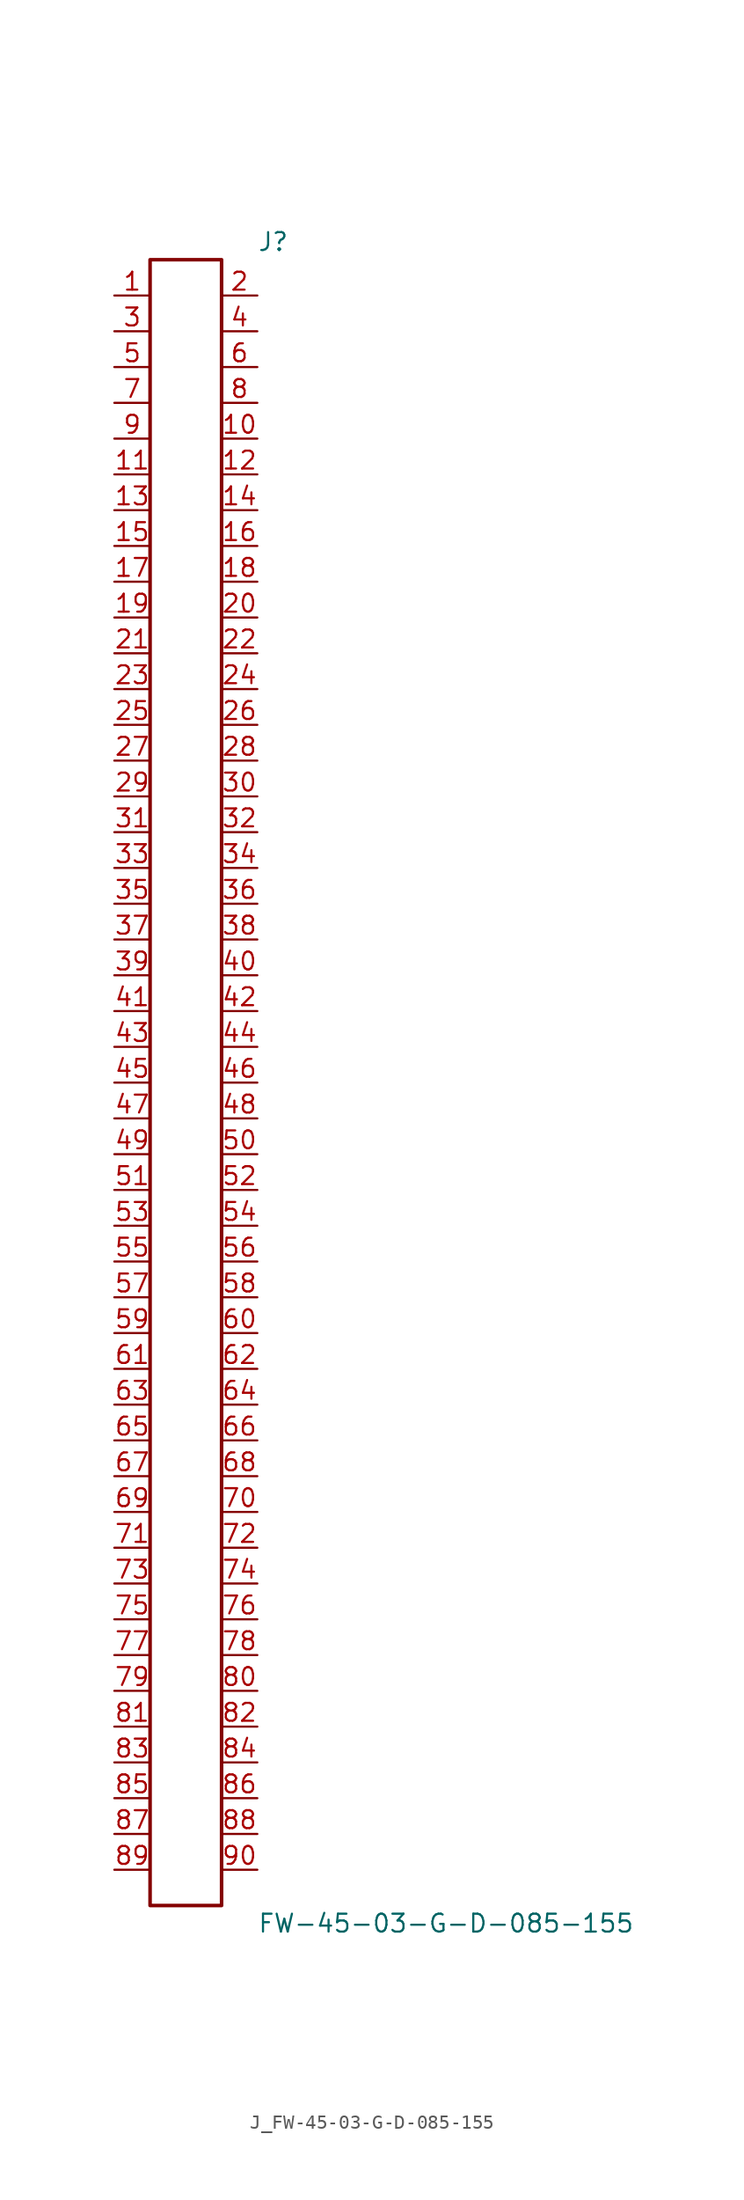
<source format=kicad_sym>
(kicad_symbol_lib
  (version 20231120)
  (generator kicad_symbol_editor)
  (generator_version 8.0)
  (symbol "J_FW-45-03-G-D-085-155"
    (pin_names
      (offset 0.254))
    (property "Reference" "J"
      (at 5.08 59.69 0)
      (effects (font (size 1.27 1.27)) (justify left)))
    (property "Value" "FW-45-03-G-D-085-155"
      (at 5.08 -59.69 0)
      (effects (font (size 1.27 1.27)) (justify left)))
    (symbol "J_FW-45-03-G-D-085-155_0_0"
      (pin unspecified line (at -5.08 55.88 0) (length 2.54) (name "" (effects (font (size 1.27 1.27)))) (number "1" (effects (font (size 1.27 1.27)))))
      (pin unspecified line (at 5.08 55.88 180) (length 2.54) (name "" (effects (font (size 1.27 1.27)))) (number "2" (effects (font (size 1.27 1.27)))))
      (pin unspecified line (at -5.08 53.34 0) (length 2.54) (name "" (effects (font (size 1.27 1.27)))) (number "3" (effects (font (size 1.27 1.27)))))
      (pin unspecified line (at 5.08 53.34 180) (length 2.54) (name "" (effects (font (size 1.27 1.27)))) (number "4" (effects (font (size 1.27 1.27)))))
      (pin unspecified line (at -5.08 50.8 0) (length 2.54) (name "" (effects (font (size 1.27 1.27)))) (number "5" (effects (font (size 1.27 1.27)))))
      (pin unspecified line (at 5.08 50.8 180) (length 2.54) (name "" (effects (font (size 1.27 1.27)))) (number "6" (effects (font (size 1.27 1.27)))))
      (pin unspecified line (at -5.08 48.26 0) (length 2.54) (name "" (effects (font (size 1.27 1.27)))) (number "7" (effects (font (size 1.27 1.27)))))
      (pin unspecified line (at 5.08 48.26 180) (length 2.54) (name "" (effects (font (size 1.27 1.27)))) (number "8" (effects (font (size 1.27 1.27)))))
      (pin unspecified line (at -5.08 45.72 0) (length 2.54) (name "" (effects (font (size 1.27 1.27)))) (number "9" (effects (font (size 1.27 1.27)))))
      (pin unspecified line (at 5.08 45.72 180) (length 2.54) (name "" (effects (font (size 1.27 1.27)))) (number "10" (effects (font (size 1.27 1.27)))))
      (pin unspecified line (at -5.08 43.18 0) (length 2.54) (name "" (effects (font (size 1.27 1.27)))) (number "11" (effects (font (size 1.27 1.27)))))
      (pin unspecified line (at 5.08 43.18 180) (length 2.54) (name "" (effects (font (size 1.27 1.27)))) (number "12" (effects (font (size 1.27 1.27)))))
      (pin unspecified line (at -5.08 40.64 0) (length 2.54) (name "" (effects (font (size 1.27 1.27)))) (number "13" (effects (font (size 1.27 1.27)))))
      (pin unspecified line (at 5.08 40.64 180) (length 2.54) (name "" (effects (font (size 1.27 1.27)))) (number "14" (effects (font (size 1.27 1.27)))))
      (pin unspecified line (at -5.08 38.1 0) (length 2.54) (name "" (effects (font (size 1.27 1.27)))) (number "15" (effects (font (size 1.27 1.27)))))
      (pin unspecified line (at 5.08 38.1 180) (length 2.54) (name "" (effects (font (size 1.27 1.27)))) (number "16" (effects (font (size 1.27 1.27)))))
      (pin unspecified line (at -5.08 35.56 0) (length 2.54) (name "" (effects (font (size 1.27 1.27)))) (number "17" (effects (font (size 1.27 1.27)))))
      (pin unspecified line (at 5.08 35.56 180) (length 2.54) (name "" (effects (font (size 1.27 1.27)))) (number "18" (effects (font (size 1.27 1.27)))))
      (pin unspecified line (at -5.08 33.02 0) (length 2.54) (name "" (effects (font (size 1.27 1.27)))) (number "19" (effects (font (size 1.27 1.27)))))
      (pin unspecified line (at 5.08 33.02 180) (length 2.54) (name "" (effects (font (size 1.27 1.27)))) (number "20" (effects (font (size 1.27 1.27)))))
      (pin unspecified line (at -5.08 30.48 0) (length 2.54) (name "" (effects (font (size 1.27 1.27)))) (number "21" (effects (font (size 1.27 1.27)))))
      (pin unspecified line (at 5.08 30.48 180) (length 2.54) (name "" (effects (font (size 1.27 1.27)))) (number "22" (effects (font (size 1.27 1.27)))))
      (pin unspecified line (at -5.08 27.94 0) (length 2.54) (name "" (effects (font (size 1.27 1.27)))) (number "23" (effects (font (size 1.27 1.27)))))
      (pin unspecified line (at 5.08 27.94 180) (length 2.54) (name "" (effects (font (size 1.27 1.27)))) (number "24" (effects (font (size 1.27 1.27)))))
      (pin unspecified line (at -5.08 25.4 0) (length 2.54) (name "" (effects (font (size 1.27 1.27)))) (number "25" (effects (font (size 1.27 1.27)))))
      (pin unspecified line (at 5.08 25.4 180) (length 2.54) (name "" (effects (font (size 1.27 1.27)))) (number "26" (effects (font (size 1.27 1.27)))))
      (pin unspecified line (at -5.08 22.86 0) (length 2.54) (name "" (effects (font (size 1.27 1.27)))) (number "27" (effects (font (size 1.27 1.27)))))
      (pin unspecified line (at 5.08 22.86 180) (length 2.54) (name "" (effects (font (size 1.27 1.27)))) (number "28" (effects (font (size 1.27 1.27)))))
      (pin unspecified line (at -5.08 20.32 0) (length 2.54) (name "" (effects (font (size 1.27 1.27)))) (number "29" (effects (font (size 1.27 1.27)))))
      (pin unspecified line (at 5.08 20.32 180) (length 2.54) (name "" (effects (font (size 1.27 1.27)))) (number "30" (effects (font (size 1.27 1.27)))))
      (pin unspecified line (at -5.08 17.78 0) (length 2.54) (name "" (effects (font (size 1.27 1.27)))) (number "31" (effects (font (size 1.27 1.27)))))
      (pin unspecified line (at 5.08 17.78 180) (length 2.54) (name "" (effects (font (size 1.27 1.27)))) (number "32" (effects (font (size 1.27 1.27)))))
      (pin unspecified line (at -5.08 15.24 0) (length 2.54) (name "" (effects (font (size 1.27 1.27)))) (number "33" (effects (font (size 1.27 1.27)))))
      (pin unspecified line (at 5.08 15.24 180) (length 2.54) (name "" (effects (font (size 1.27 1.27)))) (number "34" (effects (font (size 1.27 1.27)))))
      (pin unspecified line (at -5.08 12.7 0) (length 2.54) (name "" (effects (font (size 1.27 1.27)))) (number "35" (effects (font (size 1.27 1.27)))))
      (pin unspecified line (at 5.08 12.7 180) (length 2.54) (name "" (effects (font (size 1.27 1.27)))) (number "36" (effects (font (size 1.27 1.27)))))
      (pin unspecified line (at -5.08 10.16 0) (length 2.54) (name "" (effects (font (size 1.27 1.27)))) (number "37" (effects (font (size 1.27 1.27)))))
      (pin unspecified line (at 5.08 10.16 180) (length 2.54) (name "" (effects (font (size 1.27 1.27)))) (number "38" (effects (font (size 1.27 1.27)))))
      (pin unspecified line (at -5.08 7.62 0) (length 2.54) (name "" (effects (font (size 1.27 1.27)))) (number "39" (effects (font (size 1.27 1.27)))))
      (pin unspecified line (at 5.08 7.62 180) (length 2.54) (name "" (effects (font (size 1.27 1.27)))) (number "40" (effects (font (size 1.27 1.27)))))
      (pin unspecified line (at -5.08 5.08 0) (length 2.54) (name "" (effects (font (size 1.27 1.27)))) (number "41" (effects (font (size 1.27 1.27)))))
      (pin unspecified line (at 5.08 5.08 180) (length 2.54) (name "" (effects (font (size 1.27 1.27)))) (number "42" (effects (font (size 1.27 1.27)))))
      (pin unspecified line (at -5.08 2.54 0) (length 2.54) (name "" (effects (font (size 1.27 1.27)))) (number "43" (effects (font (size 1.27 1.27)))))
      (pin unspecified line (at 5.08 2.54 180) (length 2.54) (name "" (effects (font (size 1.27 1.27)))) (number "44" (effects (font (size 1.27 1.27)))))
      (pin unspecified line (at -5.08 0.0 0) (length 2.54) (name "" (effects (font (size 1.27 1.27)))) (number "45" (effects (font (size 1.27 1.27)))))
      (pin unspecified line (at 5.08 0.0 180) (length 2.54) (name "" (effects (font (size 1.27 1.27)))) (number "46" (effects (font (size 1.27 1.27)))))
      (pin unspecified line (at -5.08 -2.54 0) (length 2.54) (name "" (effects (font (size 1.27 1.27)))) (number "47" (effects (font (size 1.27 1.27)))))
      (pin unspecified line (at 5.08 -2.54 180) (length 2.54) (name "" (effects (font (size 1.27 1.27)))) (number "48" (effects (font (size 1.27 1.27)))))
      (pin unspecified line (at -5.08 -5.08 0) (length 2.54) (name "" (effects (font (size 1.27 1.27)))) (number "49" (effects (font (size 1.27 1.27)))))
      (pin unspecified line (at 5.08 -5.08 180) (length 2.54) (name "" (effects (font (size 1.27 1.27)))) (number "50" (effects (font (size 1.27 1.27)))))
      (pin unspecified line (at -5.08 -7.62 0) (length 2.54) (name "" (effects (font (size 1.27 1.27)))) (number "51" (effects (font (size 1.27 1.27)))))
      (pin unspecified line (at 5.08 -7.62 180) (length 2.54) (name "" (effects (font (size 1.27 1.27)))) (number "52" (effects (font (size 1.27 1.27)))))
      (pin unspecified line (at -5.08 -10.16 0) (length 2.54) (name "" (effects (font (size 1.27 1.27)))) (number "53" (effects (font (size 1.27 1.27)))))
      (pin unspecified line (at 5.08 -10.16 180) (length 2.54) (name "" (effects (font (size 1.27 1.27)))) (number "54" (effects (font (size 1.27 1.27)))))
      (pin unspecified line (at -5.08 -12.7 0) (length 2.54) (name "" (effects (font (size 1.27 1.27)))) (number "55" (effects (font (size 1.27 1.27)))))
      (pin unspecified line (at 5.08 -12.7 180) (length 2.54) (name "" (effects (font (size 1.27 1.27)))) (number "56" (effects (font (size 1.27 1.27)))))
      (pin unspecified line (at -5.08 -15.24 0) (length 2.54) (name "" (effects (font (size 1.27 1.27)))) (number "57" (effects (font (size 1.27 1.27)))))
      (pin unspecified line (at 5.08 -15.24 180) (length 2.54) (name "" (effects (font (size 1.27 1.27)))) (number "58" (effects (font (size 1.27 1.27)))))
      (pin unspecified line (at -5.08 -17.78 0) (length 2.54) (name "" (effects (font (size 1.27 1.27)))) (number "59" (effects (font (size 1.27 1.27)))))
      (pin unspecified line (at 5.08 -17.78 180) (length 2.54) (name "" (effects (font (size 1.27 1.27)))) (number "60" (effects (font (size 1.27 1.27)))))
      (pin unspecified line (at -5.08 -20.32 0) (length 2.54) (name "" (effects (font (size 1.27 1.27)))) (number "61" (effects (font (size 1.27 1.27)))))
      (pin unspecified line (at 5.08 -20.32 180) (length 2.54) (name "" (effects (font (size 1.27 1.27)))) (number "62" (effects (font (size 1.27 1.27)))))
      (pin unspecified line (at -5.08 -22.86 0) (length 2.54) (name "" (effects (font (size 1.27 1.27)))) (number "63" (effects (font (size 1.27 1.27)))))
      (pin unspecified line (at 5.08 -22.86 180) (length 2.54) (name "" (effects (font (size 1.27 1.27)))) (number "64" (effects (font (size 1.27 1.27)))))
      (pin unspecified line (at -5.08 -25.4 0) (length 2.54) (name "" (effects (font (size 1.27 1.27)))) (number "65" (effects (font (size 1.27 1.27)))))
      (pin unspecified line (at 5.08 -25.4 180) (length 2.54) (name "" (effects (font (size 1.27 1.27)))) (number "66" (effects (font (size 1.27 1.27)))))
      (pin unspecified line (at -5.08 -27.94 0) (length 2.54) (name "" (effects (font (size 1.27 1.27)))) (number "67" (effects (font (size 1.27 1.27)))))
      (pin unspecified line (at 5.08 -27.94 180) (length 2.54) (name "" (effects (font (size 1.27 1.27)))) (number "68" (effects (font (size 1.27 1.27)))))
      (pin unspecified line (at -5.08 -30.48 0) (length 2.54) (name "" (effects (font (size 1.27 1.27)))) (number "69" (effects (font (size 1.27 1.27)))))
      (pin unspecified line (at 5.08 -30.48 180) (length 2.54) (name "" (effects (font (size 1.27 1.27)))) (number "70" (effects (font (size 1.27 1.27)))))
      (pin unspecified line (at -5.08 -33.02 0) (length 2.54) (name "" (effects (font (size 1.27 1.27)))) (number "71" (effects (font (size 1.27 1.27)))))
      (pin unspecified line (at 5.08 -33.02 180) (length 2.54) (name "" (effects (font (size 1.27 1.27)))) (number "72" (effects (font (size 1.27 1.27)))))
      (pin unspecified line (at -5.08 -35.56 0) (length 2.54) (name "" (effects (font (size 1.27 1.27)))) (number "73" (effects (font (size 1.27 1.27)))))
      (pin unspecified line (at 5.08 -35.56 180) (length 2.54) (name "" (effects (font (size 1.27 1.27)))) (number "74" (effects (font (size 1.27 1.27)))))
      (pin unspecified line (at -5.08 -38.1 0) (length 2.54) (name "" (effects (font (size 1.27 1.27)))) (number "75" (effects (font (size 1.27 1.27)))))
      (pin unspecified line (at 5.08 -38.1 180) (length 2.54) (name "" (effects (font (size 1.27 1.27)))) (number "76" (effects (font (size 1.27 1.27)))))
      (pin unspecified line (at -5.08 -40.64 0) (length 2.54) (name "" (effects (font (size 1.27 1.27)))) (number "77" (effects (font (size 1.27 1.27)))))
      (pin unspecified line (at 5.08 -40.64 180) (length 2.54) (name "" (effects (font (size 1.27 1.27)))) (number "78" (effects (font (size 1.27 1.27)))))
      (pin unspecified line (at -5.08 -43.18 0) (length 2.54) (name "" (effects (font (size 1.27 1.27)))) (number "79" (effects (font (size 1.27 1.27)))))
      (pin unspecified line (at 5.08 -43.18 180) (length 2.54) (name "" (effects (font (size 1.27 1.27)))) (number "80" (effects (font (size 1.27 1.27)))))
      (pin unspecified line (at -5.08 -45.72 0) (length 2.54) (name "" (effects (font (size 1.27 1.27)))) (number "81" (effects (font (size 1.27 1.27)))))
      (pin unspecified line (at 5.08 -45.72 180) (length 2.54) (name "" (effects (font (size 1.27 1.27)))) (number "82" (effects (font (size 1.27 1.27)))))
      (pin unspecified line (at -5.08 -48.26 0) (length 2.54) (name "" (effects (font (size 1.27 1.27)))) (number "83" (effects (font (size 1.27 1.27)))))
      (pin unspecified line (at 5.08 -48.26 180) (length 2.54) (name "" (effects (font (size 1.27 1.27)))) (number "84" (effects (font (size 1.27 1.27)))))
      (pin unspecified line (at -5.08 -50.8 0) (length 2.54) (name "" (effects (font (size 1.27 1.27)))) (number "85" (effects (font (size 1.27 1.27)))))
      (pin unspecified line (at 5.08 -50.8 180) (length 2.54) (name "" (effects (font (size 1.27 1.27)))) (number "86" (effects (font (size 1.27 1.27)))))
      (pin unspecified line (at -5.08 -53.34 0) (length 2.54) (name "" (effects (font (size 1.27 1.27)))) (number "87" (effects (font (size 1.27 1.27)))))
      (pin unspecified line (at 5.08 -53.34 180) (length 2.54) (name "" (effects (font (size 1.27 1.27)))) (number "88" (effects (font (size 1.27 1.27)))))
      (pin unspecified line (at -5.08 -55.88 0) (length 2.54) (name "" (effects (font (size 1.27 1.27)))) (number "89" (effects (font (size 1.27 1.27)))))
      (pin unspecified line (at 5.08 -55.88 180) (length 2.54) (name "" (effects (font (size 1.27 1.27)))) (number "90" (effects (font (size 1.27 1.27))))))
    (symbol "J_FW-45-03-G-D-085-155_1_0"
      (rectangle (start -2.54 58.42) (end 2.54 -58.42) (stroke (width 0.254) (type solid)) (fill (type none))))))
</source>
